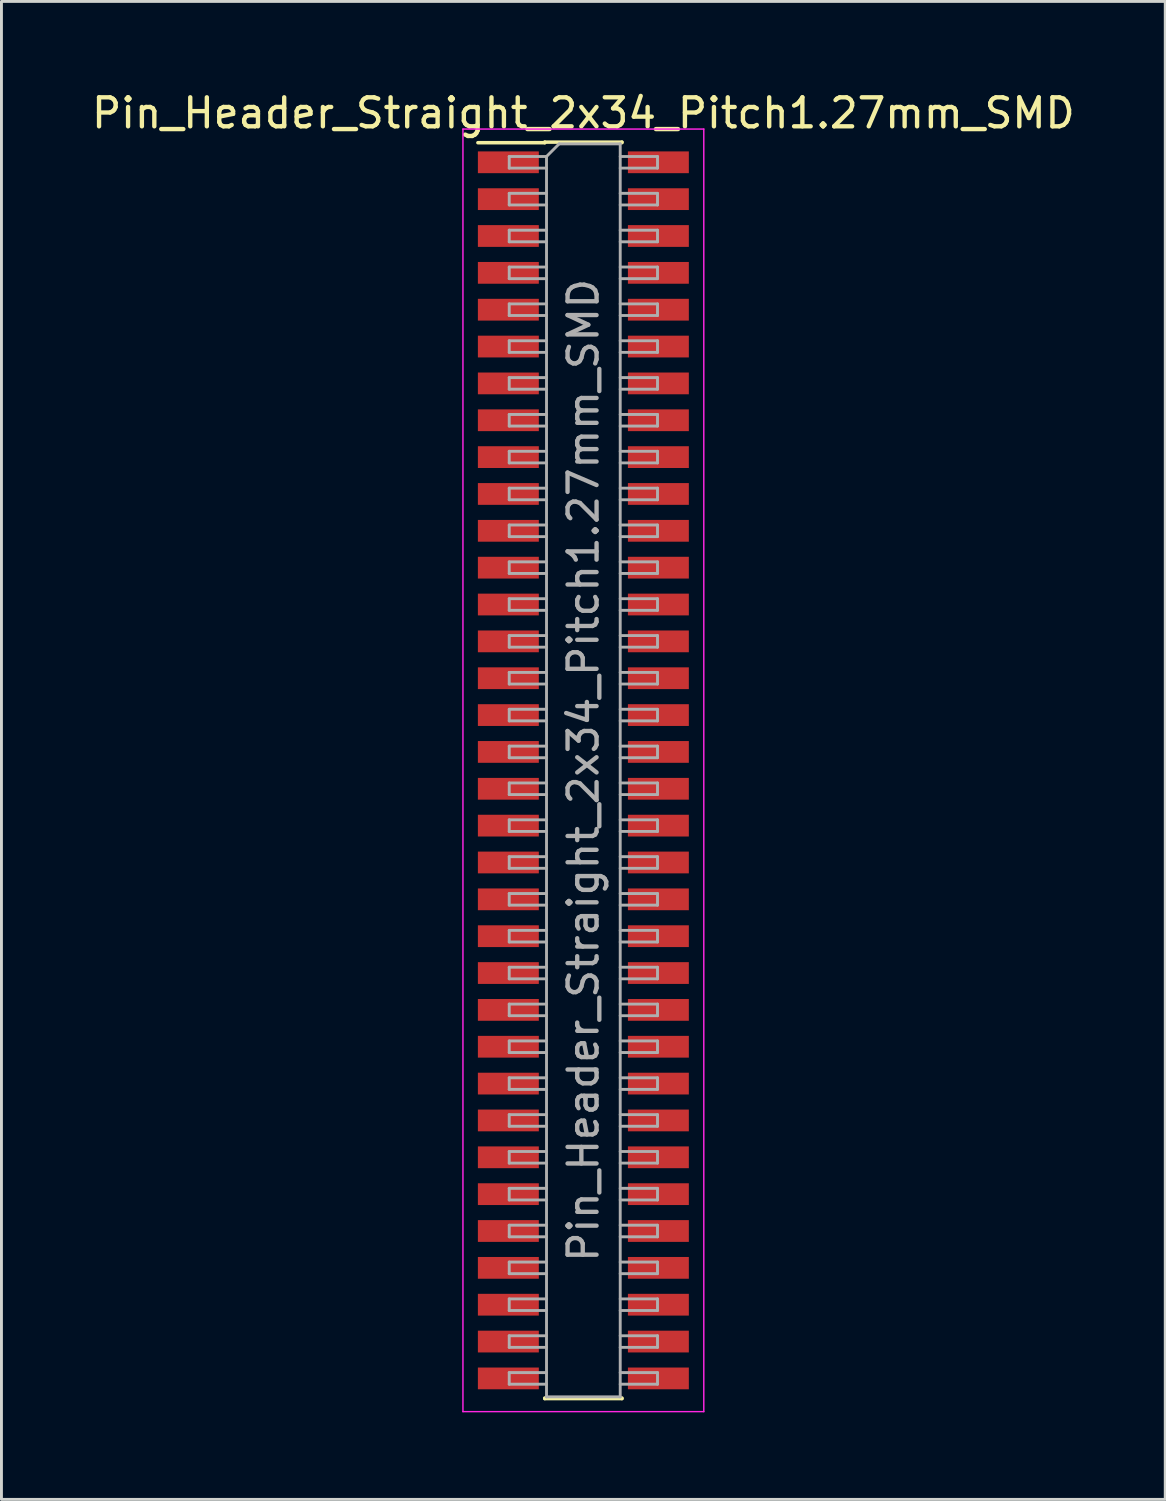
<source format=kicad_pcb>
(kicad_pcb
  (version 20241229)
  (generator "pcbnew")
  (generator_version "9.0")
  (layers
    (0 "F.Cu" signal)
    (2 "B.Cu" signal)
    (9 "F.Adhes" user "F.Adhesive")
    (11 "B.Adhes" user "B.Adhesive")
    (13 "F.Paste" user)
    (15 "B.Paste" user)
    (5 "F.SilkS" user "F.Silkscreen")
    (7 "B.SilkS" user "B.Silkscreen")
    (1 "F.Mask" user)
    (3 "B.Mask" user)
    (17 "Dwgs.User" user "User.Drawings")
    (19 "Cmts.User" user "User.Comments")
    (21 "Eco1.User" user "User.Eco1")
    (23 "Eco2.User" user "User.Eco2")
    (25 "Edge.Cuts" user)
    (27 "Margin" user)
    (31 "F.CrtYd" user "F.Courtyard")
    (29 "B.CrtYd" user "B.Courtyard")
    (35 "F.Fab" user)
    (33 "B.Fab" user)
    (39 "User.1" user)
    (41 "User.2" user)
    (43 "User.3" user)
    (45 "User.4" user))
  (footprint "Pin_Header_Straight_2x34_Pitch1.27mm_SMD"
    (layer "F.Cu")
    (at 17.054 23.498)
    (property "Reference" "Pin_Header_Straight_2x34_Pitch1.27mm_SMD" (at 0 -22.65 0) (layer "F.SilkS") (effects (font (size 1 1) (thickness 0.15))))
    (attr smd)
    (fp_line (start -3.635 -21.63) (end -1.33 -21.63) (stroke (width 0.12) (type solid)) (layer "F.SilkS"))
    (fp_line (start -1.33 -21.65) (end 1.33 -21.65) (stroke (width 0.12) (type solid)) (layer "F.SilkS"))
    (fp_line (start -1.33 -21.63) (end -1.33 -21.65) (stroke (width 0.12) (type solid)) (layer "F.SilkS"))
    (fp_line (start -1.33 21.63) (end -1.33 21.65) (stroke (width 0.12) (type solid)) (layer "F.SilkS"))
    (fp_line (start -1.33 21.65) (end 1.33 21.65) (stroke (width 0.12) (type solid)) (layer "F.SilkS"))
    (fp_line (start 1.33 -21.65) (end 1.33 -21.63) (stroke (width 0.12) (type solid)) (layer "F.SilkS"))
    (fp_line (start 1.33 21.65) (end 1.33 21.63) (stroke (width 0.12) (type solid)) (layer "F.SilkS"))
    (fp_line (start -4.15 -22.1) (end -4.15 22.1) (stroke (width 0.05) (type solid)) (layer "F.CrtYd"))
    (fp_line (start -4.15 22.1) (end 4.15 22.1) (stroke (width 0.05) (type solid)) (layer "F.CrtYd"))
    (fp_line (start 4.15 -22.1) (end -4.15 -22.1) (stroke (width 0.05) (type solid)) (layer "F.CrtYd"))
    (fp_line (start 4.15 22.1) (end 4.15 -22.1) (stroke (width 0.05) (type solid)) (layer "F.CrtYd"))
    (fp_line (start -2.555 -21.155) (end -2.555 -20.755) (stroke (width 0.1) (type solid)) (layer "F.Fab"))
    (fp_line (start -2.555 -20.755) (end -1.27 -20.755) (stroke (width 0.1) (type solid)) (layer "F.Fab"))
    (fp_line (start -2.555 -19.885) (end -2.555 -19.485) (stroke (width 0.1) (type solid)) (layer "F.Fab"))
    (fp_line (start -2.555 -19.485) (end -1.27 -19.485) (stroke (width 0.1) (type solid)) (layer "F.Fab"))
    (fp_line (start -2.555 -18.615) (end -2.555 -18.215) (stroke (width 0.1) (type solid)) (layer "F.Fab"))
    (fp_line (start -2.555 -18.215) (end -1.27 -18.215) (stroke (width 0.1) (type solid)) (layer "F.Fab"))
    (fp_line (start -2.555 -17.345) (end -2.555 -16.945) (stroke (width 0.1) (type solid)) (layer "F.Fab"))
    (fp_line (start -2.555 -16.945) (end -1.27 -16.945) (stroke (width 0.1) (type solid)) (layer "F.Fab"))
    (fp_line (start -2.555 -16.075) (end -2.555 -15.675) (stroke (width 0.1) (type solid)) (layer "F.Fab"))
    (fp_line (start -2.555 -15.675) (end -1.27 -15.675) (stroke (width 0.1) (type solid)) (layer "F.Fab"))
    (fp_line (start -2.555 -14.805) (end -2.555 -14.405) (stroke (width 0.1) (type solid)) (layer "F.Fab"))
    (fp_line (start -2.555 -14.405) (end -1.27 -14.405) (stroke (width 0.1) (type solid)) (layer "F.Fab"))
    (fp_line (start -2.555 -13.535) (end -2.555 -13.135) (stroke (width 0.1) (type solid)) (layer "F.Fab"))
    (fp_line (start -2.555 -13.135) (end -1.27 -13.135) (stroke (width 0.1) (type solid)) (layer "F.Fab"))
    (fp_line (start -2.555 -12.265) (end -2.555 -11.865) (stroke (width 0.1) (type solid)) (layer "F.Fab"))
    (fp_line (start -2.555 -11.865) (end -1.27 -11.865) (stroke (width 0.1) (type solid)) (layer "F.Fab"))
    (fp_line (start -2.555 -10.995) (end -2.555 -10.595) (stroke (width 0.1) (type solid)) (layer "F.Fab"))
    (fp_line (start -2.555 -10.595) (end -1.27 -10.595) (stroke (width 0.1) (type solid)) (layer "F.Fab"))
    (fp_line (start -2.555 -9.725) (end -2.555 -9.325) (stroke (width 0.1) (type solid)) (layer "F.Fab"))
    (fp_line (start -2.555 -9.325) (end -1.27 -9.325) (stroke (width 0.1) (type solid)) (layer "F.Fab"))
    (fp_line (start -2.555 -8.455) (end -2.555 -8.055) (stroke (width 0.1) (type solid)) (layer "F.Fab"))
    (fp_line (start -2.555 -8.055) (end -1.27 -8.055) (stroke (width 0.1) (type solid)) (layer "F.Fab"))
    (fp_line (start -2.555 -7.185) (end -2.555 -6.785) (stroke (width 0.1) (type solid)) (layer "F.Fab"))
    (fp_line (start -2.555 -6.785) (end -1.27 -6.785) (stroke (width 0.1) (type solid)) (layer "F.Fab"))
    (fp_line (start -2.555 -5.915) (end -2.555 -5.515) (stroke (width 0.1) (type solid)) (layer "F.Fab"))
    (fp_line (start -2.555 -5.515) (end -1.27 -5.515) (stroke (width 0.1) (type solid)) (layer "F.Fab"))
    (fp_line (start -2.555 -4.645) (end -2.555 -4.245) (stroke (width 0.1) (type solid)) (layer "F.Fab"))
    (fp_line (start -2.555 -4.245) (end -1.27 -4.245) (stroke (width 0.1) (type solid)) (layer "F.Fab"))
    (fp_line (start -2.555 -3.375) (end -2.555 -2.975) (stroke (width 0.1) (type solid)) (layer "F.Fab"))
    (fp_line (start -2.555 -2.975) (end -1.27 -2.975) (stroke (width 0.1) (type solid)) (layer "F.Fab"))
    (fp_line (start -2.555 -2.105) (end -2.555 -1.705) (stroke (width 0.1) (type solid)) (layer "F.Fab"))
    (fp_line (start -2.555 -1.705) (end -1.27 -1.705) (stroke (width 0.1) (type solid)) (layer "F.Fab"))
    (fp_line (start -2.555 -0.835) (end -2.555 -0.435) (stroke (width 0.1) (type solid)) (layer "F.Fab"))
    (fp_line (start -2.555 -0.435) (end -1.27 -0.435) (stroke (width 0.1) (type solid)) (layer "F.Fab"))
    (fp_line (start -2.555 0.435) (end -2.555 0.835) (stroke (width 0.1) (type solid)) (layer "F.Fab"))
    (fp_line (start -2.555 0.835) (end -1.27 0.835) (stroke (width 0.1) (type solid)) (layer "F.Fab"))
    (fp_line (start -2.555 1.705) (end -2.555 2.105) (stroke (width 0.1) (type solid)) (layer "F.Fab"))
    (fp_line (start -2.555 2.105) (end -1.27 2.105) (stroke (width 0.1) (type solid)) (layer "F.Fab"))
    (fp_line (start -2.555 2.975) (end -2.555 3.375) (stroke (width 0.1) (type solid)) (layer "F.Fab"))
    (fp_line (start -2.555 3.375) (end -1.27 3.375) (stroke (width 0.1) (type solid)) (layer "F.Fab"))
    (fp_line (start -2.555 4.245) (end -2.555 4.645) (stroke (width 0.1) (type solid)) (layer "F.Fab"))
    (fp_line (start -2.555 4.645) (end -1.27 4.645) (stroke (width 0.1) (type solid)) (layer "F.Fab"))
    (fp_line (start -2.555 5.515) (end -2.555 5.915) (stroke (width 0.1) (type solid)) (layer "F.Fab"))
    (fp_line (start -2.555 5.915) (end -1.27 5.915) (stroke (width 0.1) (type solid)) (layer "F.Fab"))
    (fp_line (start -2.555 6.785) (end -2.555 7.185) (stroke (width 0.1) (type solid)) (layer "F.Fab"))
    (fp_line (start -2.555 7.185) (end -1.27 7.185) (stroke (width 0.1) (type solid)) (layer "F.Fab"))
    (fp_line (start -2.555 8.055) (end -2.555 8.455) (stroke (width 0.1) (type solid)) (layer "F.Fab"))
    (fp_line (start -2.555 8.455) (end -1.27 8.455) (stroke (width 0.1) (type solid)) (layer "F.Fab"))
    (fp_line (start -2.555 9.325) (end -2.555 9.725) (stroke (width 0.1) (type solid)) (layer "F.Fab"))
    (fp_line (start -2.555 9.725) (end -1.27 9.725) (stroke (width 0.1) (type solid)) (layer "F.Fab"))
    (fp_line (start -2.555 10.595) (end -2.555 10.995) (stroke (width 0.1) (type solid)) (layer "F.Fab"))
    (fp_line (start -2.555 10.995) (end -1.27 10.995) (stroke (width 0.1) (type solid)) (layer "F.Fab"))
    (fp_line (start -2.555 11.865) (end -2.555 12.265) (stroke (width 0.1) (type solid)) (layer "F.Fab"))
    (fp_line (start -2.555 12.265) (end -1.27 12.265) (stroke (width 0.1) (type solid)) (layer "F.Fab"))
    (fp_line (start -2.555 13.135) (end -2.555 13.535) (stroke (width 0.1) (type solid)) (layer "F.Fab"))
    (fp_line (start -2.555 13.535) (end -1.27 13.535) (stroke (width 0.1) (type solid)) (layer "F.Fab"))
    (fp_line (start -2.555 14.405) (end -2.555 14.805) (stroke (width 0.1) (type solid)) (layer "F.Fab"))
    (fp_line (start -2.555 14.805) (end -1.27 14.805) (stroke (width 0.1) (type solid)) (layer "F.Fab"))
    (fp_line (start -2.555 15.675) (end -2.555 16.075) (stroke (width 0.1) (type solid)) (layer "F.Fab"))
    (fp_line (start -2.555 16.075) (end -1.27 16.075) (stroke (width 0.1) (type solid)) (layer "F.Fab"))
    (fp_line (start -2.555 16.945) (end -2.555 17.345) (stroke (width 0.1) (type solid)) (layer "F.Fab"))
    (fp_line (start -2.555 17.345) (end -1.27 17.345) (stroke (width 0.1) (type solid)) (layer "F.Fab"))
    (fp_line (start -2.555 18.215) (end -2.555 18.615) (stroke (width 0.1) (type solid)) (layer "F.Fab"))
    (fp_line (start -2.555 18.615) (end -1.27 18.615) (stroke (width 0.1) (type solid)) (layer "F.Fab"))
    (fp_line (start -2.555 19.485) (end -2.555 19.885) (stroke (width 0.1) (type solid)) (layer "F.Fab"))
    (fp_line (start -2.555 19.885) (end -1.27 19.885) (stroke (width 0.1) (type solid)) (layer "F.Fab"))
    (fp_line (start -2.555 20.755) (end -2.555 21.155) (stroke (width 0.1) (type solid)) (layer "F.Fab"))
    (fp_line (start -2.555 21.155) (end -1.27 21.155) (stroke (width 0.1) (type solid)) (layer "F.Fab"))
    (fp_line (start -1.27 -21.155) (end -2.555 -21.155) (stroke (width 0.1) (type solid)) (layer "F.Fab"))
    (fp_line (start -1.27 -21.155) (end -0.835 -21.59) (stroke (width 0.1) (type solid)) (layer "F.Fab"))
    (fp_line (start -1.27 -19.885) (end -2.555 -19.885) (stroke (width 0.1) (type solid)) (layer "F.Fab"))
    (fp_line (start -1.27 -18.615) (end -2.555 -18.615) (stroke (width 0.1) (type solid)) (layer "F.Fab"))
    (fp_line (start -1.27 -17.345) (end -2.555 -17.345) (stroke (width 0.1) (type solid)) (layer "F.Fab"))
    (fp_line (start -1.27 -16.075) (end -2.555 -16.075) (stroke (width 0.1) (type solid)) (layer "F.Fab"))
    (fp_line (start -1.27 -14.805) (end -2.555 -14.805) (stroke (width 0.1) (type solid)) (layer "F.Fab"))
    (fp_line (start -1.27 -13.535) (end -2.555 -13.535) (stroke (width 0.1) (type solid)) (layer "F.Fab"))
    (fp_line (start -1.27 -12.265) (end -2.555 -12.265) (stroke (width 0.1) (type solid)) (layer "F.Fab"))
    (fp_line (start -1.27 -10.995) (end -2.555 -10.995) (stroke (width 0.1) (type solid)) (layer "F.Fab"))
    (fp_line (start -1.27 -9.725) (end -2.555 -9.725) (stroke (width 0.1) (type solid)) (layer "F.Fab"))
    (fp_line (start -1.27 -8.455) (end -2.555 -8.455) (stroke (width 0.1) (type solid)) (layer "F.Fab"))
    (fp_line (start -1.27 -7.185) (end -2.555 -7.185) (stroke (width 0.1) (type solid)) (layer "F.Fab"))
    (fp_line (start -1.27 -5.915) (end -2.555 -5.915) (stroke (width 0.1) (type solid)) (layer "F.Fab"))
    (fp_line (start -1.27 -4.645) (end -2.555 -4.645) (stroke (width 0.1) (type solid)) (layer "F.Fab"))
    (fp_line (start -1.27 -3.375) (end -2.555 -3.375) (stroke (width 0.1) (type solid)) (layer "F.Fab"))
    (fp_line (start -1.27 -2.105) (end -2.555 -2.105) (stroke (width 0.1) (type solid)) (layer "F.Fab"))
    (fp_line (start -1.27 -0.835) (end -2.555 -0.835) (stroke (width 0.1) (type solid)) (layer "F.Fab"))
    (fp_line (start -1.27 0.435) (end -2.555 0.435) (stroke (width 0.1) (type solid)) (layer "F.Fab"))
    (fp_line (start -1.27 1.705) (end -2.555 1.705) (stroke (width 0.1) (type solid)) (layer "F.Fab"))
    (fp_line (start -1.27 2.975) (end -2.555 2.975) (stroke (width 0.1) (type solid)) (layer "F.Fab"))
    (fp_line (start -1.27 4.245) (end -2.555 4.245) (stroke (width 0.1) (type solid)) (layer "F.Fab"))
    (fp_line (start -1.27 5.515) (end -2.555 5.515) (stroke (width 0.1) (type solid)) (layer "F.Fab"))
    (fp_line (start -1.27 6.785) (end -2.555 6.785) (stroke (width 0.1) (type solid)) (layer "F.Fab"))
    (fp_line (start -1.27 8.055) (end -2.555 8.055) (stroke (width 0.1) (type solid)) (layer "F.Fab"))
    (fp_line (start -1.27 9.325) (end -2.555 9.325) (stroke (width 0.1) (type solid)) (layer "F.Fab"))
    (fp_line (start -1.27 10.595) (end -2.555 10.595) (stroke (width 0.1) (type solid)) (layer "F.Fab"))
    (fp_line (start -1.27 11.865) (end -2.555 11.865) (stroke (width 0.1) (type solid)) (layer "F.Fab"))
    (fp_line (start -1.27 13.135) (end -2.555 13.135) (stroke (width 0.1) (type solid)) (layer "F.Fab"))
    (fp_line (start -1.27 14.405) (end -2.555 14.405) (stroke (width 0.1) (type solid)) (layer "F.Fab"))
    (fp_line (start -1.27 15.675) (end -2.555 15.675) (stroke (width 0.1) (type solid)) (layer "F.Fab"))
    (fp_line (start -1.27 16.945) (end -2.555 16.945) (stroke (width 0.1) (type solid)) (layer "F.Fab"))
    (fp_line (start -1.27 18.215) (end -2.555 18.215) (stroke (width 0.1) (type solid)) (layer "F.Fab"))
    (fp_line (start -1.27 19.485) (end -2.555 19.485) (stroke (width 0.1) (type solid)) (layer "F.Fab"))
    (fp_line (start -1.27 20.755) (end -2.555 20.755) (stroke (width 0.1) (type solid)) (layer "F.Fab"))
    (fp_line (start -1.27 21.59) (end -1.27 -21.155) (stroke (width 0.1) (type solid)) (layer "F.Fab"))
    (fp_line (start -0.835 -21.59) (end 1.27 -21.59) (stroke (width 0.1) (type solid)) (layer "F.Fab"))
    (fp_line (start 1.27 -21.59) (end 1.27 21.59) (stroke (width 0.1) (type solid)) (layer "F.Fab"))
    (fp_line (start 1.27 -21.155) (end 2.555 -21.155) (stroke (width 0.1) (type solid)) (layer "F.Fab"))
    (fp_line (start 1.27 -19.885) (end 2.555 -19.885) (stroke (width 0.1) (type solid)) (layer "F.Fab"))
    (fp_line (start 1.27 -18.615) (end 2.555 -18.615) (stroke (width 0.1) (type solid)) (layer "F.Fab"))
    (fp_line (start 1.27 -17.345) (end 2.555 -17.345) (stroke (width 0.1) (type solid)) (layer "F.Fab"))
    (fp_line (start 1.27 -16.075) (end 2.555 -16.075) (stroke (width 0.1) (type solid)) (layer "F.Fab"))
    (fp_line (start 1.27 -14.805) (end 2.555 -14.805) (stroke (width 0.1) (type solid)) (layer "F.Fab"))
    (fp_line (start 1.27 -13.535) (end 2.555 -13.535) (stroke (width 0.1) (type solid)) (layer "F.Fab"))
    (fp_line (start 1.27 -12.265) (end 2.555 -12.265) (stroke (width 0.1) (type solid)) (layer "F.Fab"))
    (fp_line (start 1.27 -10.995) (end 2.555 -10.995) (stroke (width 0.1) (type solid)) (layer "F.Fab"))
    (fp_line (start 1.27 -9.725) (end 2.555 -9.725) (stroke (width 0.1) (type solid)) (layer "F.Fab"))
    (fp_line (start 1.27 -8.455) (end 2.555 -8.455) (stroke (width 0.1) (type solid)) (layer "F.Fab"))
    (fp_line (start 1.27 -7.185) (end 2.555 -7.185) (stroke (width 0.1) (type solid)) (layer "F.Fab"))
    (fp_line (start 1.27 -5.915) (end 2.555 -5.915) (stroke (width 0.1) (type solid)) (layer "F.Fab"))
    (fp_line (start 1.27 -4.645) (end 2.555 -4.645) (stroke (width 0.1) (type solid)) (layer "F.Fab"))
    (fp_line (start 1.27 -3.375) (end 2.555 -3.375) (stroke (width 0.1) (type solid)) (layer "F.Fab"))
    (fp_line (start 1.27 -2.105) (end 2.555 -2.105) (stroke (width 0.1) (type solid)) (layer "F.Fab"))
    (fp_line (start 1.27 -0.835) (end 2.555 -0.835) (stroke (width 0.1) (type solid)) (layer "F.Fab"))
    (fp_line (start 1.27 0.435) (end 2.555 0.435) (stroke (width 0.1) (type solid)) (layer "F.Fab"))
    (fp_line (start 1.27 1.705) (end 2.555 1.705) (stroke (width 0.1) (type solid)) (layer "F.Fab"))
    (fp_line (start 1.27 2.975) (end 2.555 2.975) (stroke (width 0.1) (type solid)) (layer "F.Fab"))
    (fp_line (start 1.27 4.245) (end 2.555 4.245) (stroke (width 0.1) (type solid)) (layer "F.Fab"))
    (fp_line (start 1.27 5.515) (end 2.555 5.515) (stroke (width 0.1) (type solid)) (layer "F.Fab"))
    (fp_line (start 1.27 6.785) (end 2.555 6.785) (stroke (width 0.1) (type solid)) (layer "F.Fab"))
    (fp_line (start 1.27 8.055) (end 2.555 8.055) (stroke (width 0.1) (type solid)) (layer "F.Fab"))
    (fp_line (start 1.27 9.325) (end 2.555 9.325) (stroke (width 0.1) (type solid)) (layer "F.Fab"))
    (fp_line (start 1.27 10.595) (end 2.555 10.595) (stroke (width 0.1) (type solid)) (layer "F.Fab"))
    (fp_line (start 1.27 11.865) (end 2.555 11.865) (stroke (width 0.1) (type solid)) (layer "F.Fab"))
    (fp_line (start 1.27 13.135) (end 2.555 13.135) (stroke (width 0.1) (type solid)) (layer "F.Fab"))
    (fp_line (start 1.27 14.405) (end 2.555 14.405) (stroke (width 0.1) (type solid)) (layer "F.Fab"))
    (fp_line (start 1.27 15.675) (end 2.555 15.675) (stroke (width 0.1) (type solid)) (layer "F.Fab"))
    (fp_line (start 1.27 16.945) (end 2.555 16.945) (stroke (width 0.1) (type solid)) (layer "F.Fab"))
    (fp_line (start 1.27 18.215) (end 2.555 18.215) (stroke (width 0.1) (type solid)) (layer "F.Fab"))
    (fp_line (start 1.27 19.485) (end 2.555 19.485) (stroke (width 0.1) (type solid)) (layer "F.Fab"))
    (fp_line (start 1.27 20.755) (end 2.555 20.755) (stroke (width 0.1) (type solid)) (layer "F.Fab"))
    (fp_line (start 1.27 21.59) (end -1.27 21.59) (stroke (width 0.1) (type solid)) (layer "F.Fab"))
    (fp_line (start 2.555 -21.155) (end 2.555 -20.755) (stroke (width 0.1) (type solid)) (layer "F.Fab"))
    (fp_line (start 2.555 -20.755) (end 1.27 -20.755) (stroke (width 0.1) (type solid)) (layer "F.Fab"))
    (fp_line (start 2.555 -19.885) (end 2.555 -19.485) (stroke (width 0.1) (type solid)) (layer "F.Fab"))
    (fp_line (start 2.555 -19.485) (end 1.27 -19.485) (stroke (width 0.1) (type solid)) (layer "F.Fab"))
    (fp_line (start 2.555 -18.615) (end 2.555 -18.215) (stroke (width 0.1) (type solid)) (layer "F.Fab"))
    (fp_line (start 2.555 -18.215) (end 1.27 -18.215) (stroke (width 0.1) (type solid)) (layer "F.Fab"))
    (fp_line (start 2.555 -17.345) (end 2.555 -16.945) (stroke (width 0.1) (type solid)) (layer "F.Fab"))
    (fp_line (start 2.555 -16.945) (end 1.27 -16.945) (stroke (width 0.1) (type solid)) (layer "F.Fab"))
    (fp_line (start 2.555 -16.075) (end 2.555 -15.675) (stroke (width 0.1) (type solid)) (layer "F.Fab"))
    (fp_line (start 2.555 -15.675) (end 1.27 -15.675) (stroke (width 0.1) (type solid)) (layer "F.Fab"))
    (fp_line (start 2.555 -14.805) (end 2.555 -14.405) (stroke (width 0.1) (type solid)) (layer "F.Fab"))
    (fp_line (start 2.555 -14.405) (end 1.27 -14.405) (stroke (width 0.1) (type solid)) (layer "F.Fab"))
    (fp_line (start 2.555 -13.535) (end 2.555 -13.135) (stroke (width 0.1) (type solid)) (layer "F.Fab"))
    (fp_line (start 2.555 -13.135) (end 1.27 -13.135) (stroke (width 0.1) (type solid)) (layer "F.Fab"))
    (fp_line (start 2.555 -12.265) (end 2.555 -11.865) (stroke (width 0.1) (type solid)) (layer "F.Fab"))
    (fp_line (start 2.555 -11.865) (end 1.27 -11.865) (stroke (width 0.1) (type solid)) (layer "F.Fab"))
    (fp_line (start 2.555 -10.995) (end 2.555 -10.595) (stroke (width 0.1) (type solid)) (layer "F.Fab"))
    (fp_line (start 2.555 -10.595) (end 1.27 -10.595) (stroke (width 0.1) (type solid)) (layer "F.Fab"))
    (fp_line (start 2.555 -9.725) (end 2.555 -9.325) (stroke (width 0.1) (type solid)) (layer "F.Fab"))
    (fp_line (start 2.555 -9.325) (end 1.27 -9.325) (stroke (width 0.1) (type solid)) (layer "F.Fab"))
    (fp_line (start 2.555 -8.455) (end 2.555 -8.055) (stroke (width 0.1) (type solid)) (layer "F.Fab"))
    (fp_line (start 2.555 -8.055) (end 1.27 -8.055) (stroke (width 0.1) (type solid)) (layer "F.Fab"))
    (fp_line (start 2.555 -7.185) (end 2.555 -6.785) (stroke (width 0.1) (type solid)) (layer "F.Fab"))
    (fp_line (start 2.555 -6.785) (end 1.27 -6.785) (stroke (width 0.1) (type solid)) (layer "F.Fab"))
    (fp_line (start 2.555 -5.915) (end 2.555 -5.515) (stroke (width 0.1) (type solid)) (layer "F.Fab"))
    (fp_line (start 2.555 -5.515) (end 1.27 -5.515) (stroke (width 0.1) (type solid)) (layer "F.Fab"))
    (fp_line (start 2.555 -4.645) (end 2.555 -4.245) (stroke (width 0.1) (type solid)) (layer "F.Fab"))
    (fp_line (start 2.555 -4.245) (end 1.27 -4.245) (stroke (width 0.1) (type solid)) (layer "F.Fab"))
    (fp_line (start 2.555 -3.375) (end 2.555 -2.975) (stroke (width 0.1) (type solid)) (layer "F.Fab"))
    (fp_line (start 2.555 -2.975) (end 1.27 -2.975) (stroke (width 0.1) (type solid)) (layer "F.Fab"))
    (fp_line (start 2.555 -2.105) (end 2.555 -1.705) (stroke (width 0.1) (type solid)) (layer "F.Fab"))
    (fp_line (start 2.555 -1.705) (end 1.27 -1.705) (stroke (width 0.1) (type solid)) (layer "F.Fab"))
    (fp_line (start 2.555 -0.835) (end 2.555 -0.435) (stroke (width 0.1) (type solid)) (layer "F.Fab"))
    (fp_line (start 2.555 -0.435) (end 1.27 -0.435) (stroke (width 0.1) (type solid)) (layer "F.Fab"))
    (fp_line (start 2.555 0.435) (end 2.555 0.835) (stroke (width 0.1) (type solid)) (layer "F.Fab"))
    (fp_line (start 2.555 0.835) (end 1.27 0.835) (stroke (width 0.1) (type solid)) (layer "F.Fab"))
    (fp_line (start 2.555 1.705) (end 2.555 2.105) (stroke (width 0.1) (type solid)) (layer "F.Fab"))
    (fp_line (start 2.555 2.105) (end 1.27 2.105) (stroke (width 0.1) (type solid)) (layer "F.Fab"))
    (fp_line (start 2.555 2.975) (end 2.555 3.375) (stroke (width 0.1) (type solid)) (layer "F.Fab"))
    (fp_line (start 2.555 3.375) (end 1.27 3.375) (stroke (width 0.1) (type solid)) (layer "F.Fab"))
    (fp_line (start 2.555 4.245) (end 2.555 4.645) (stroke (width 0.1) (type solid)) (layer "F.Fab"))
    (fp_line (start 2.555 4.645) (end 1.27 4.645) (stroke (width 0.1) (type solid)) (layer "F.Fab"))
    (fp_line (start 2.555 5.515) (end 2.555 5.915) (stroke (width 0.1) (type solid)) (layer "F.Fab"))
    (fp_line (start 2.555 5.915) (end 1.27 5.915) (stroke (width 0.1) (type solid)) (layer "F.Fab"))
    (fp_line (start 2.555 6.785) (end 2.555 7.185) (stroke (width 0.1) (type solid)) (layer "F.Fab"))
    (fp_line (start 2.555 7.185) (end 1.27 7.185) (stroke (width 0.1) (type solid)) (layer "F.Fab"))
    (fp_line (start 2.555 8.055) (end 2.555 8.455) (stroke (width 0.1) (type solid)) (layer "F.Fab"))
    (fp_line (start 2.555 8.455) (end 1.27 8.455) (stroke (width 0.1) (type solid)) (layer "F.Fab"))
    (fp_line (start 2.555 9.325) (end 2.555 9.725) (stroke (width 0.1) (type solid)) (layer "F.Fab"))
    (fp_line (start 2.555 9.725) (end 1.27 9.725) (stroke (width 0.1) (type solid)) (layer "F.Fab"))
    (fp_line (start 2.555 10.595) (end 2.555 10.995) (stroke (width 0.1) (type solid)) (layer "F.Fab"))
    (fp_line (start 2.555 10.995) (end 1.27 10.995) (stroke (width 0.1) (type solid)) (layer "F.Fab"))
    (fp_line (start 2.555 11.865) (end 2.555 12.265) (stroke (width 0.1) (type solid)) (layer "F.Fab"))
    (fp_line (start 2.555 12.265) (end 1.27 12.265) (stroke (width 0.1) (type solid)) (layer "F.Fab"))
    (fp_line (start 2.555 13.135) (end 2.555 13.535) (stroke (width 0.1) (type solid)) (layer "F.Fab"))
    (fp_line (start 2.555 13.535) (end 1.27 13.535) (stroke (width 0.1) (type solid)) (layer "F.Fab"))
    (fp_line (start 2.555 14.405) (end 2.555 14.805) (stroke (width 0.1) (type solid)) (layer "F.Fab"))
    (fp_line (start 2.555 14.805) (end 1.27 14.805) (stroke (width 0.1) (type solid)) (layer "F.Fab"))
    (fp_line (start 2.555 15.675) (end 2.555 16.075) (stroke (width 0.1) (type solid)) (layer "F.Fab"))
    (fp_line (start 2.555 16.075) (end 1.27 16.075) (stroke (width 0.1) (type solid)) (layer "F.Fab"))
    (fp_line (start 2.555 16.945) (end 2.555 17.345) (stroke (width 0.1) (type solid)) (layer "F.Fab"))
    (fp_line (start 2.555 17.345) (end 1.27 17.345) (stroke (width 0.1) (type solid)) (layer "F.Fab"))
    (fp_line (start 2.555 18.215) (end 2.555 18.615) (stroke (width 0.1) (type solid)) (layer "F.Fab"))
    (fp_line (start 2.555 18.615) (end 1.27 18.615) (stroke (width 0.1) (type solid)) (layer "F.Fab"))
    (fp_line (start 2.555 19.485) (end 2.555 19.885) (stroke (width 0.1) (type solid)) (layer "F.Fab"))
    (fp_line (start 2.555 19.885) (end 1.27 19.885) (stroke (width 0.1) (type solid)) (layer "F.Fab"))
    (fp_line (start 2.555 20.755) (end 2.555 21.155) (stroke (width 0.1) (type solid)) (layer "F.Fab"))
    (fp_line (start 2.555 21.155) (end 1.27 21.155) (stroke (width 0.1) (type solid)) (layer "F.Fab"))
    (fp_text user "${REFERENCE}" (at 0 0 90) (layer "F.Fab") (effects (font (size 1 1) (thickness 0.15))))
    (pad "1" smd rect (at -2.585 -20.955) (size 2.1 0.75) (layers "F.Cu" "F.Mask" "F.Paste"))
    (pad "2" smd rect (at 2.585 -20.955) (size 2.1 0.75) (layers "F.Cu" "F.Mask" "F.Paste"))
    (pad "3" smd rect (at -2.585 -19.685) (size 2.1 0.75) (layers "F.Cu" "F.Mask" "F.Paste"))
    (pad "4" smd rect (at 2.585 -19.685) (size 2.1 0.75) (layers "F.Cu" "F.Mask" "F.Paste"))
    (pad "5" smd rect (at -2.585 -18.415) (size 2.1 0.75) (layers "F.Cu" "F.Mask" "F.Paste"))
    (pad "6" smd rect (at 2.585 -18.415) (size 2.1 0.75) (layers "F.Cu" "F.Mask" "F.Paste"))
    (pad "7" smd rect (at -2.585 -17.145) (size 2.1 0.75) (layers "F.Cu" "F.Mask" "F.Paste"))
    (pad "8" smd rect (at 2.585 -17.145) (size 2.1 0.75) (layers "F.Cu" "F.Mask" "F.Paste"))
    (pad "9" smd rect (at -2.585 -15.875) (size 2.1 0.75) (layers "F.Cu" "F.Mask" "F.Paste"))
    (pad "10" smd rect (at 2.585 -15.875) (size 2.1 0.75) (layers "F.Cu" "F.Mask" "F.Paste"))
    (pad "11" smd rect (at -2.585 -14.605) (size 2.1 0.75) (layers "F.Cu" "F.Mask" "F.Paste"))
    (pad "12" smd rect (at 2.585 -14.605) (size 2.1 0.75) (layers "F.Cu" "F.Mask" "F.Paste"))
    (pad "13" smd rect (at -2.585 -13.335) (size 2.1 0.75) (layers "F.Cu" "F.Mask" "F.Paste"))
    (pad "14" smd rect (at 2.585 -13.335) (size 2.1 0.75) (layers "F.Cu" "F.Mask" "F.Paste"))
    (pad "15" smd rect (at -2.585 -12.065) (size 2.1 0.75) (layers "F.Cu" "F.Mask" "F.Paste"))
    (pad "16" smd rect (at 2.585 -12.065) (size 2.1 0.75) (layers "F.Cu" "F.Mask" "F.Paste"))
    (pad "17" smd rect (at -2.585 -10.795) (size 2.1 0.75) (layers "F.Cu" "F.Mask" "F.Paste"))
    (pad "18" smd rect (at 2.585 -10.795) (size 2.1 0.75) (layers "F.Cu" "F.Mask" "F.Paste"))
    (pad "19" smd rect (at -2.585 -9.525) (size 2.1 0.75) (layers "F.Cu" "F.Mask" "F.Paste"))
    (pad "20" smd rect (at 2.585 -9.525) (size 2.1 0.75) (layers "F.Cu" "F.Mask" "F.Paste"))
    (pad "21" smd rect (at -2.585 -8.255) (size 2.1 0.75) (layers "F.Cu" "F.Mask" "F.Paste"))
    (pad "22" smd rect (at 2.585 -8.255) (size 2.1 0.75) (layers "F.Cu" "F.Mask" "F.Paste"))
    (pad "23" smd rect (at -2.585 -6.985) (size 2.1 0.75) (layers "F.Cu" "F.Mask" "F.Paste"))
    (pad "24" smd rect (at 2.585 -6.985) (size 2.1 0.75) (layers "F.Cu" "F.Mask" "F.Paste"))
    (pad "25" smd rect (at -2.585 -5.715) (size 2.1 0.75) (layers "F.Cu" "F.Mask" "F.Paste"))
    (pad "26" smd rect (at 2.585 -5.715) (size 2.1 0.75) (layers "F.Cu" "F.Mask" "F.Paste"))
    (pad "27" smd rect (at -2.585 -4.445) (size 2.1 0.75) (layers "F.Cu" "F.Mask" "F.Paste"))
    (pad "28" smd rect (at 2.585 -4.445) (size 2.1 0.75) (layers "F.Cu" "F.Mask" "F.Paste"))
    (pad "29" smd rect (at -2.585 -3.175) (size 2.1 0.75) (layers "F.Cu" "F.Mask" "F.Paste"))
    (pad "30" smd rect (at 2.585 -3.175) (size 2.1 0.75) (layers "F.Cu" "F.Mask" "F.Paste"))
    (pad "31" smd rect (at -2.585 -1.905) (size 2.1 0.75) (layers "F.Cu" "F.Mask" "F.Paste"))
    (pad "32" smd rect (at 2.585 -1.905) (size 2.1 0.75) (layers "F.Cu" "F.Mask" "F.Paste"))
    (pad "33" smd rect (at -2.585 -0.635) (size 2.1 0.75) (layers "F.Cu" "F.Mask" "F.Paste"))
    (pad "34" smd rect (at 2.585 -0.635) (size 2.1 0.75) (layers "F.Cu" "F.Mask" "F.Paste"))
    (pad "35" smd rect (at -2.585 0.635) (size 2.1 0.75) (layers "F.Cu" "F.Mask" "F.Paste"))
    (pad "36" smd rect (at 2.585 0.635) (size 2.1 0.75) (layers "F.Cu" "F.Mask" "F.Paste"))
    (pad "37" smd rect (at -2.585 1.905) (size 2.1 0.75) (layers "F.Cu" "F.Mask" "F.Paste"))
    (pad "38" smd rect (at 2.585 1.905) (size 2.1 0.75) (layers "F.Cu" "F.Mask" "F.Paste"))
    (pad "39" smd rect (at -2.585 3.175) (size 2.1 0.75) (layers "F.Cu" "F.Mask" "F.Paste"))
    (pad "40" smd rect (at 2.585 3.175) (size 2.1 0.75) (layers "F.Cu" "F.Mask" "F.Paste"))
    (pad "41" smd rect (at -2.585 4.445) (size 2.1 0.75) (layers "F.Cu" "F.Mask" "F.Paste"))
    (pad "42" smd rect (at 2.585 4.445) (size 2.1 0.75) (layers "F.Cu" "F.Mask" "F.Paste"))
    (pad "43" smd rect (at -2.585 5.715) (size 2.1 0.75) (layers "F.Cu" "F.Mask" "F.Paste"))
    (pad "44" smd rect (at 2.585 5.715) (size 2.1 0.75) (layers "F.Cu" "F.Mask" "F.Paste"))
    (pad "45" smd rect (at -2.585 6.985) (size 2.1 0.75) (layers "F.Cu" "F.Mask" "F.Paste"))
    (pad "46" smd rect (at 2.585 6.985) (size 2.1 0.75) (layers "F.Cu" "F.Mask" "F.Paste"))
    (pad "47" smd rect (at -2.585 8.255) (size 2.1 0.75) (layers "F.Cu" "F.Mask" "F.Paste"))
    (pad "48" smd rect (at 2.585 8.255) (size 2.1 0.75) (layers "F.Cu" "F.Mask" "F.Paste"))
    (pad "49" smd rect (at -2.585 9.525) (size 2.1 0.75) (layers "F.Cu" "F.Mask" "F.Paste"))
    (pad "50" smd rect (at 2.585 9.525) (size 2.1 0.75) (layers "F.Cu" "F.Mask" "F.Paste"))
    (pad "51" smd rect (at -2.585 10.795) (size 2.1 0.75) (layers "F.Cu" "F.Mask" "F.Paste"))
    (pad "52" smd rect (at 2.585 10.795) (size 2.1 0.75) (layers "F.Cu" "F.Mask" "F.Paste"))
    (pad "53" smd rect (at -2.585 12.065) (size 2.1 0.75) (layers "F.Cu" "F.Mask" "F.Paste"))
    (pad "54" smd rect (at 2.585 12.065) (size 2.1 0.75) (layers "F.Cu" "F.Mask" "F.Paste"))
    (pad "55" smd rect (at -2.585 13.335) (size 2.1 0.75) (layers "F.Cu" "F.Mask" "F.Paste"))
    (pad "56" smd rect (at 2.585 13.335) (size 2.1 0.75) (layers "F.Cu" "F.Mask" "F.Paste"))
    (pad "57" smd rect (at -2.585 14.605) (size 2.1 0.75) (layers "F.Cu" "F.Mask" "F.Paste"))
    (pad "58" smd rect (at 2.585 14.605) (size 2.1 0.75) (layers "F.Cu" "F.Mask" "F.Paste"))
    (pad "59" smd rect (at -2.585 15.875) (size 2.1 0.75) (layers "F.Cu" "F.Mask" "F.Paste"))
    (pad "60" smd rect (at 2.585 15.875) (size 2.1 0.75) (layers "F.Cu" "F.Mask" "F.Paste"))
    (pad "61" smd rect (at -2.585 17.145) (size 2.1 0.75) (layers "F.Cu" "F.Mask" "F.Paste"))
    (pad "62" smd rect (at 2.585 17.145) (size 2.1 0.75) (layers "F.Cu" "F.Mask" "F.Paste"))
    (pad "63" smd rect (at -2.585 18.415) (size 2.1 0.75) (layers "F.Cu" "F.Mask" "F.Paste"))
    (pad "64" smd rect (at 2.585 18.415) (size 2.1 0.75) (layers "F.Cu" "F.Mask" "F.Paste"))
    (pad "65" smd rect (at -2.585 19.685) (size 2.1 0.75) (layers "F.Cu" "F.Mask" "F.Paste"))
    (pad "66" smd rect (at 2.585 19.685) (size 2.1 0.75) (layers "F.Cu" "F.Mask" "F.Paste"))
    (pad "67" smd rect (at -2.585 20.955) (size 2.1 0.75) (layers "F.Cu" "F.Mask" "F.Paste"))
    (pad "68" smd rect (at 2.585 20.955) (size 2.1 0.75) (layers "F.Cu" "F.Mask" "F.Paste")))
  (gr_rect
    (start -3 -3)
    (end 37.107 48.623)
    (stroke (width 0.1) (type default))
    (fill no)
    (layer "Edge.Cuts")))
</source>
